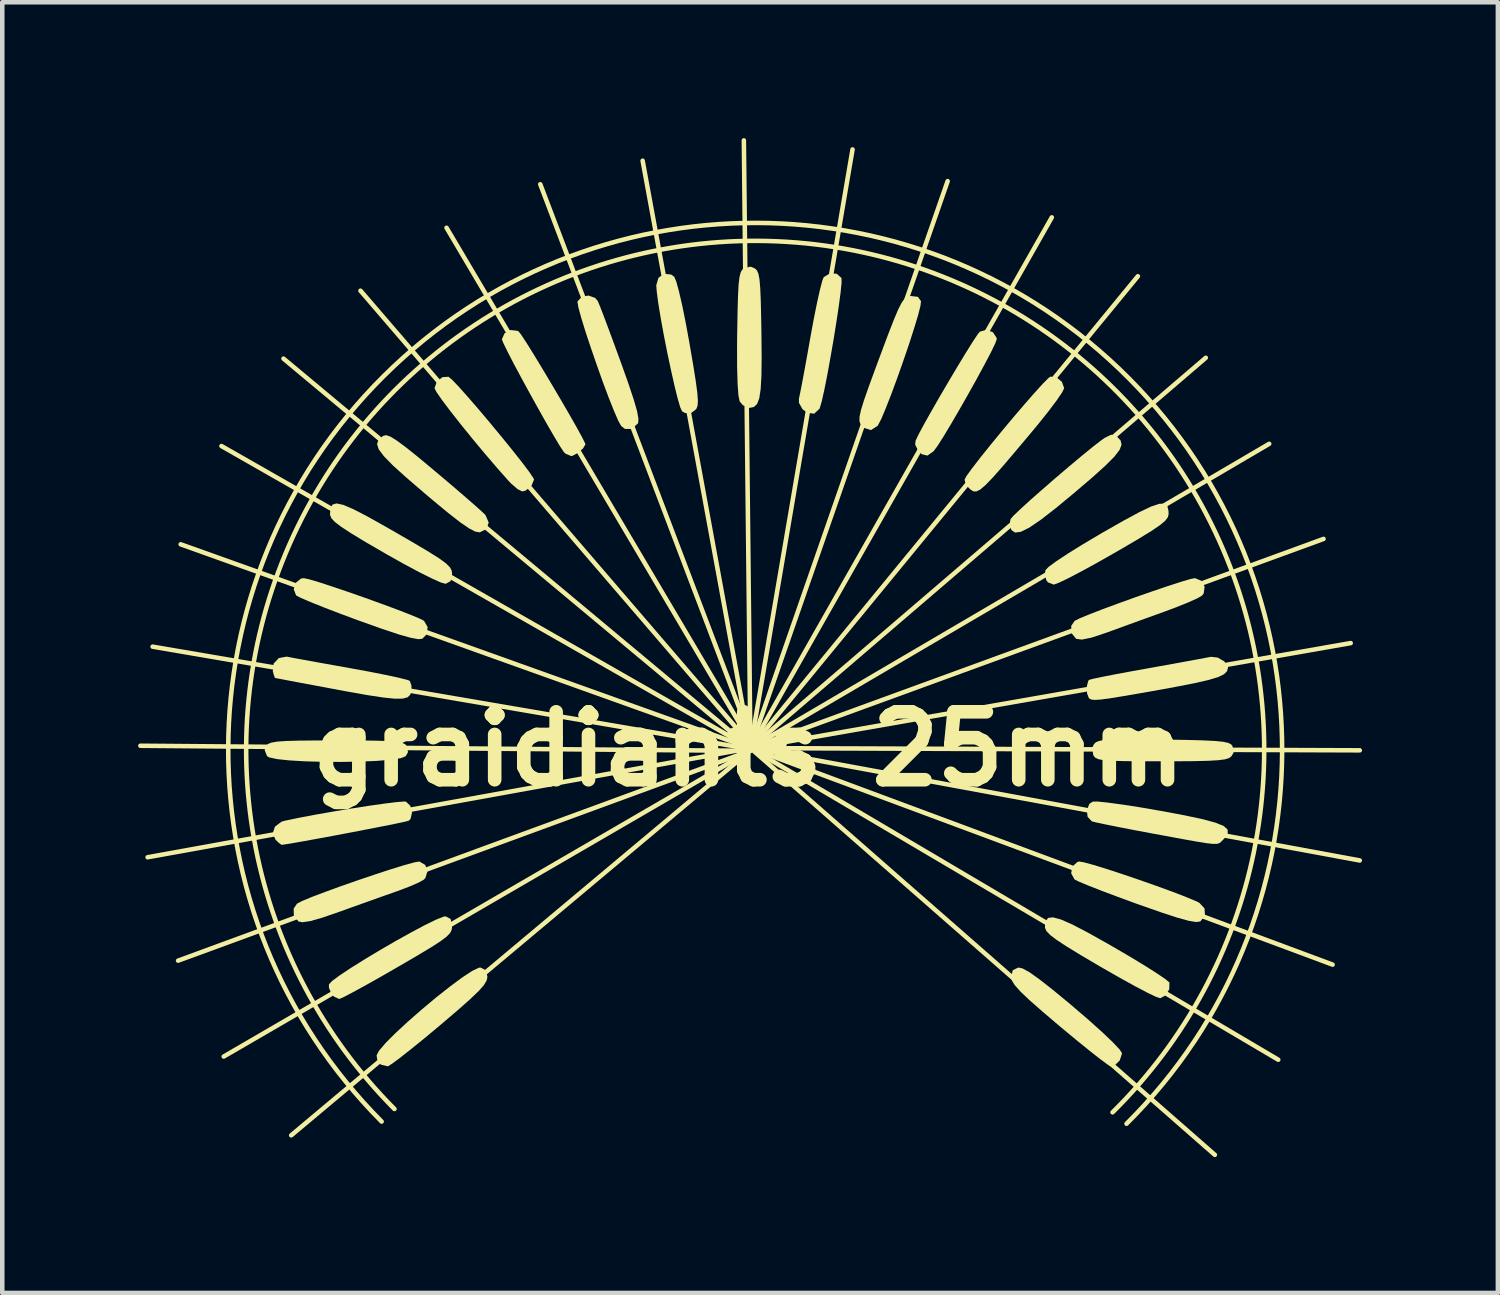
<source format=kicad_pcb>
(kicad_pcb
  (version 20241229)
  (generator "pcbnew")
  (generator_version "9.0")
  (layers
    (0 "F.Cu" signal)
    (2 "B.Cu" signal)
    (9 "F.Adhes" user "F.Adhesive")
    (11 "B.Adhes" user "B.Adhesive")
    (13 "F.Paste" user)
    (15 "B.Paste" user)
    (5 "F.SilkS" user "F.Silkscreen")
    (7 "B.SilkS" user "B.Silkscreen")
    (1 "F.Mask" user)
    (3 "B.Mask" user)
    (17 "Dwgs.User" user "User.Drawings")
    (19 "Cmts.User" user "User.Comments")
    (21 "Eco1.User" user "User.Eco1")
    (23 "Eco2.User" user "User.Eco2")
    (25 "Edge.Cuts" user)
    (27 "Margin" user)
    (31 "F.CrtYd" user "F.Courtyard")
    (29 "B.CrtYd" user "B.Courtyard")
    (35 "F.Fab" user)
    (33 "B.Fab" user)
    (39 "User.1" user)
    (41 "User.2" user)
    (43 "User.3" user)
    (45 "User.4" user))
  (footprint "graidiants 25mm"
    (layer "F.Cu")
    (at 13.48 13.489)
    (property "Reference" "graidiants 25mm" (at 0 0 0) (layer "F.SilkS") (effects (font (size 1.5 1.5) (thickness 0.3))))
    (attr board_only exclude_from_pos_files exclude_from_bom)
    (fp_line (start 0.03 0.04) (end -13.43 -0.072) (stroke (width 0.1) (type default)) (layer "F.SilkS"))
    (fp_line (start 0.03 0.04) (end -12.597 4.673) (stroke (width 0.1) (type solid)) (layer "F.SilkS"))
    (fp_line (start 0.03 0.04) (end -11.59 6.79) (stroke (width 0.1) (type default)) (layer "F.SilkS"))
    (fp_line (start 0.03 0.04) (end -10.1 8.53) (stroke (width 0.1) (type default)) (layer "F.SilkS"))
    (fp_line (start 0.04 -0.02) (end -13.27 2.39) (stroke (width 0.1) (type default)) (layer "F.SilkS"))
    (fp_line (start 0.04 -0.02) (end -11.64 -6.69) (stroke (width 0.1) (type default)) (layer "F.SilkS"))
    (fp_line (start 0.04 -0.02) (end -10.27 -8.62) (stroke (width 0.1) (type default)) (layer "F.SilkS"))
    (fp_line (start 0.04 -0.02) (end -2.34 -12.99) (stroke (width 0.1) (type default)) (layer "F.SilkS"))
    (fp_line (start 0.04 -0.02) (end -0.105 -13.439) (stroke (width 0.1) (type default)) (layer "F.SilkS"))
    (fp_line (start 0.04 -0.02) (end 2.295 -13.239) (stroke (width 0.1) (type default)) (layer "F.SilkS"))
    (fp_line (start 0.04 -0.02) (end 4.395 -12.539) (stroke (width 0.1) (type default)) (layer "F.SilkS"))
    (fp_line (start 0.04 -0.02) (end 6.695 -11.739) (stroke (width 0.1) (type default)) (layer "F.SilkS"))
    (fp_line (start 0.04 -0.02) (end 8.595 -10.439) (stroke (width 0.1) (type default)) (layer "F.SilkS"))
    (fp_line (start 0.04 -0.02) (end 10.095 -8.639) (stroke (width 0.1) (type default)) (layer "F.SilkS"))
    (fp_line (start 0.04 -0.02) (end 10.295 8.961) (stroke (width 0.1) (type default)) (layer "F.SilkS"))
    (fp_line (start 0.04 -0.02) (end 11.495 -6.739) (stroke (width 0.1) (type default)) (layer "F.SilkS"))
    (fp_line (start 0.04 -0.02) (end 11.695 6.861) (stroke (width 0.1) (type default)) (layer "F.SilkS"))
    (fp_line (start 0.04 -0.02) (end 12.695 -4.639) (stroke (width 0.1) (type default)) (layer "F.SilkS"))
    (fp_line (start 0.04 -0.02) (end 12.895 4.761) (stroke (width 0.1) (type default)) (layer "F.SilkS"))
    (fp_line (start 0.04 -0.02) (end 13.295 -2.339) (stroke (width 0.1) (type default)) (layer "F.SilkS"))
    (fp_line (start 0.04 -0.02) (end 13.495 0.029) (stroke (width 0.1) (type default)) (layer "F.SilkS"))
    (fp_line (start 0.04 -0.02) (end 13.495 2.461) (stroke (width 0.1) (type default)) (layer "F.SilkS"))
    (fp_line (start 0.145 0.019) (end -13.16 -2.26) (stroke (width 0.1) (type default)) (layer "F.SilkS"))
    (fp_line (start 0.145 0.019) (end -12.54 -4.52) (stroke (width 0.1) (type default)) (layer "F.SilkS"))
    (fp_line (start 0.145 0.019) (end -8.57 -10.12) (stroke (width 0.1) (type default)) (layer "F.SilkS"))
    (fp_line (start 0.145 0.019) (end -6.67 -11.51) (stroke (width 0.1) (type default)) (layer "F.SilkS"))
    (fp_line (start 0.145 0.019) (end -4.6 -12.47) (stroke (width 0.1) (type default)) (layer "F.SilkS"))
    (fp_arc (start -8.102932 8.226191) (mid 0.179264 -11.616813) (end 8.345226 8.274306) (stroke (width 0.1) (type default)) (layer "F.SilkS"))
    (fp_arc (start -7.820137 7.948634) (mid 0.197684 -11.220504) (end 8.036222 8.022641) (stroke (width 0.1) (type default)) (layer "F.SilkS"))
    (fp_poly (pts (xy -6.547 -8.153) (xy -6.398 -7.998) (xy -6.198 -7.773) (xy -5.961 -7.5) (xy -5.707 -7.198) (xy -5.451 -6.889) (xy -5.211 -6.593) (xy -5.003 -6.33) (xy -4.845 -6.121) (xy -4.754 -5.985) (xy -4.738 -5.949) (xy -4.797 -5.807) (xy -4.928 -5.704) (xy -4.999 -5.688) (xy -5.099 -5.737) (xy -5.242 -5.86) (xy -5.299 -5.919) (xy -5.555 -6.208) (xy -5.828 -6.527) (xy -6.102 -6.856) (xy -6.361 -7.176) (xy -6.589 -7.466) (xy -6.772 -7.709) (xy -6.892 -7.882) (xy -6.935 -7.968) (xy -6.884 -8.113) (xy -6.76 -8.211) (xy -6.626 -8.22)) (stroke (width 0) (type solid)) (fill yes) (layer "F.SilkS"))
    (fp_poly (pts (xy -9.711 -3.749) (xy -9.492 -3.685) (xy -9.195 -3.588) (xy -8.846 -3.47) (xy -8.471 -3.339) (xy -8.099 -3.204) (xy -7.755 -3.077) (xy -7.467 -2.965) (xy -7.261 -2.879) (xy -7.168 -2.831) (xy -7.087 -2.692) (xy -7.109 -2.533) (xy -7.204 -2.435) (xy -7.293 -2.425) (xy -7.461 -2.456) (xy -7.721 -2.529) (xy -8.086 -2.65) (xy -8.568 -2.822) (xy -8.619 -2.84) (xy -9.025 -2.991) (xy -9.387 -3.13) (xy -9.683 -3.249) (xy -9.892 -3.339) (xy -9.99 -3.391) (xy -9.992 -3.393) (xy -10.045 -3.528) (xy -9.999 -3.671) (xy -9.882 -3.764) (xy -9.824 -3.773)) (stroke (width 0) (type solid)) (fill yes) (layer "F.SilkS"))
    (fp_poly (pts (xy -8.602 -0.189) (xy -8.225 -0.184) (xy -7.954 -0.175) (xy -7.769 -0.16) (xy -7.652 -0.138) (xy -7.585 -0.107) (xy -7.553 -0.072) (xy -7.52 0.068) (xy -7.571 0.159) (xy -7.677 0.202) (xy -7.898 0.236) (xy -8.207 0.262) (xy -8.577 0.278) (xy -8.982 0.285) (xy -9.394 0.283) (xy -9.787 0.272) (xy -10.135 0.252) (xy -10.41 0.223) (xy -10.586 0.185) (xy -10.632 0.159) (xy -10.687 0.023) (xy -10.651 -0.072) (xy -10.611 -0.112) (xy -10.538 -0.141) (xy -10.413 -0.163) (xy -10.218 -0.177) (xy -9.933 -0.185) (xy -9.541 -0.189) (xy -9.102 -0.19)) (stroke (width 0) (type solid)) (fill yes) (layer "F.SilkS"))
    (fp_poly (pts (xy -7.907 -6.897) (xy -7.766 -6.809) (xy -7.561 -6.657) (xy -7.279 -6.431) (xy -6.922 -6.133) (xy -6.594 -5.856) (xy -6.3 -5.604) (xy -6.059 -5.394) (xy -5.889 -5.242) (xy -5.81 -5.166) (xy -5.739 -5.001) (xy -5.785 -4.86) (xy -5.933 -4.786) (xy -5.945 -4.785) (xy -6.037 -4.801) (xy -6.173 -4.872) (xy -6.367 -5.005) (xy -6.631 -5.211) (xy -6.98 -5.499) (xy -7.172 -5.662) (xy -7.566 -6.001) (xy -7.857 -6.264) (xy -8.054 -6.466) (xy -8.167 -6.617) (xy -8.204 -6.732) (xy -8.175 -6.822) (xy -8.088 -6.901) (xy -8.061 -6.918) (xy -8.001 -6.93)) (stroke (width 0) (type solid)) (fill yes) (layer "F.SilkS"))
    (fp_poly (pts (xy -3.387 -9.959) (xy -3.331 -9.892) (xy -3.287 -9.788) (xy -3.204 -9.574) (xy -3.091 -9.273) (xy -2.957 -8.91) (xy -2.82 -8.536) (xy -2.653 -8.067) (xy -2.536 -7.714) (xy -2.463 -7.462) (xy -2.433 -7.297) (xy -2.438 -7.202) (xy -2.446 -7.188) (xy -2.58 -7.068) (xy -2.731 -7.068) (xy -2.814 -7.132) (xy -2.878 -7.248) (xy -2.973 -7.467) (xy -3.091 -7.764) (xy -3.222 -8.113) (xy -3.356 -8.49) (xy -3.486 -8.867) (xy -3.603 -9.219) (xy -3.696 -9.522) (xy -3.758 -9.748) (xy -3.779 -9.874) (xy -3.777 -9.884) (xy -3.683 -9.988) (xy -3.532 -10.013)) (stroke (width 0) (type solid)) (fill yes) (layer "F.SilkS"))
    (fp_poly (pts (xy -1.71 -10.477) (xy -1.643 -10.428) (xy -1.599 -10.327) (xy -1.538 -10.106) (xy -1.464 -9.787) (xy -1.384 -9.389) (xy -1.306 -8.962) (xy -1.224 -8.484) (xy -1.167 -8.126) (xy -1.133 -7.87) (xy -1.12 -7.696) (xy -1.126 -7.585) (xy -1.15 -7.518) (xy -1.17 -7.493) (xy -1.291 -7.403) (xy -1.408 -7.422) (xy -1.468 -7.456) (xy -1.508 -7.541) (xy -1.566 -7.738) (xy -1.637 -8.024) (xy -1.715 -8.371) (xy -1.796 -8.752) (xy -1.873 -9.143) (xy -1.941 -9.516) (xy -1.995 -9.846) (xy -2.029 -10.106) (xy -2.039 -10.242) (xy -1.989 -10.407) (xy -1.863 -10.493)) (stroke (width 0) (type solid)) (fill yes) (layer "F.SilkS"))
    (fp_poly (pts (xy 6.049 4.845) (xy 6.199 4.927) (xy 6.417 5.082) (xy 6.715 5.315) (xy 7.104 5.636) (xy 7.18 5.701) (xy 7.526 5.998) (xy 7.82 6.263) (xy 8.048 6.481) (xy 8.195 6.638) (xy 8.246 6.72) (xy 8.195 6.877) (xy 8.079 6.99) (xy 8.001 7.011) (xy 7.926 6.967) (xy 7.761 6.845) (xy 7.524 6.659) (xy 7.232 6.422) (xy 6.904 6.15) (xy 6.862 6.115) (xy 6.484 5.793) (xy 6.203 5.546) (xy 6.008 5.361) (xy 5.884 5.223) (xy 5.818 5.12) (xy 5.798 5.038) (xy 5.798 5.033) (xy 5.833 4.884) (xy 5.957 4.825)) (stroke (width 0) (type solid)) (fill yes) (layer "F.SilkS"))
    (fp_poly (pts (xy 8.111 -6.916) (xy 8.14 -6.894) (xy 8.214 -6.813) (xy 8.235 -6.721) (xy 8.193 -6.607) (xy 8.078 -6.457) (xy 7.88 -6.258) (xy 7.59 -5.997) (xy 7.212 -5.674) (xy 6.786 -5.321) (xy 6.45 -5.06) (xy 6.195 -4.887) (xy 6.01 -4.796) (xy 5.884 -4.779) (xy 5.808 -4.831) (xy 5.79 -4.868) (xy 5.773 -5.024) (xy 5.785 -5.078) (xy 5.849 -5.152) (xy 6.001 -5.297) (xy 6.22 -5.497) (xy 6.487 -5.732) (xy 6.779 -5.986) (xy 7.076 -6.239) (xy 7.357 -6.474) (xy 7.601 -6.673) (xy 7.787 -6.817) (xy 7.861 -6.869) (xy 8.006 -6.94)) (stroke (width 0) (type solid)) (fill yes) (layer "F.SilkS"))
    (fp_poly (pts (xy 9.996 -3.716) (xy 10.069 -3.584) (xy 10.049 -3.436) (xy 10.009 -3.385) (xy 9.906 -3.326) (xy 9.7 -3.234) (xy 9.424 -3.123) (xy 9.168 -3.028) (xy 8.793 -2.893) (xy 8.399 -2.75) (xy 8.045 -2.621) (xy 7.887 -2.564) (xy 7.57 -2.459) (xy 7.359 -2.416) (xy 7.235 -2.433) (xy 7.231 -2.435) (xy 7.129 -2.56) (xy 7.124 -2.719) (xy 7.199 -2.829) (xy 7.306 -2.884) (xy 7.52 -2.972) (xy 7.814 -3.086) (xy 8.161 -3.214) (xy 8.534 -3.349) (xy 8.907 -3.479) (xy 9.253 -3.597) (xy 9.545 -3.691) (xy 9.755 -3.753) (xy 9.855 -3.773)) (stroke (width 0) (type solid)) (fill yes) (layer "F.SilkS"))
    (fp_poly (pts (xy -7.567 1.161) (xy -7.47 1.253) (xy -7.432 1.404) (xy -7.465 1.544) (xy -7.504 1.583) (xy -7.584 1.604) (xy -7.778 1.646) (xy -8.059 1.702) (xy -8.401 1.769) (xy -8.779 1.842) (xy -9.165 1.915) (xy -9.534 1.983) (xy -9.859 2.042) (xy -10.115 2.087) (xy -10.276 2.112) (xy -10.314 2.116) (xy -10.372 2.073) (xy -10.444 2.005) (xy -10.508 1.861) (xy -10.458 1.713) (xy -10.314 1.605) (xy -10.252 1.586) (xy -9.941 1.521) (xy -9.572 1.451) (xy -9.171 1.381) (xy -8.765 1.313) (xy -8.379 1.253) (xy -8.04 1.205) (xy -7.774 1.172) (xy -7.607 1.159)) (stroke (width 0) (type solid)) (fill yes) (layer "F.SilkS"))
    (fp_poly (pts (xy -7.268 2.485) (xy -7.139 2.561) (xy -7.091 2.702) (xy -7.138 2.849) (xy -7.173 2.886) (xy -7.288 2.95) (xy -7.494 3.039) (xy -7.748 3.135) (xy -7.762 3.14) (xy -8.038 3.237) (xy -8.394 3.364) (xy -8.778 3.501) (xy -9.033 3.593) (xy -9.412 3.724) (xy -9.679 3.8) (xy -9.851 3.825) (xy -9.938 3.809) (xy -10.041 3.684) (xy -10.046 3.524) (xy -9.971 3.414) (xy -9.857 3.355) (xy -9.639 3.265) (xy -9.341 3.152) (xy -8.992 3.025) (xy -8.616 2.894) (xy -8.241 2.767) (xy -7.892 2.653) (xy -7.597 2.562) (xy -7.38 2.503) (xy -7.27 2.484)) (stroke (width 0) (type solid)) (fill yes) (layer "F.SilkS"))
    (fp_poly (pts (xy -5.801 4.885) (xy -5.767 5.033) (xy -5.785 5.114) (xy -5.847 5.216) (xy -5.967 5.351) (xy -6.158 5.533) (xy -6.433 5.776) (xy -6.805 6.093) (xy -6.831 6.115) (xy -7.162 6.391) (xy -7.459 6.631) (xy -7.703 6.823) (xy -7.877 6.952) (xy -7.963 7.005) (xy -7.966 7.006) (xy -8.096 6.976) (xy -8.126 6.965) (xy -8.196 6.874) (xy -8.215 6.766) (xy -8.161 6.662) (xy -8.014 6.49) (xy -7.794 6.27) (xy -7.522 6.018) (xy -7.219 5.753) (xy -6.905 5.49) (xy -6.601 5.25) (xy -6.328 5.047) (xy -6.107 4.902) (xy -5.958 4.83) (xy -5.923 4.825)) (stroke (width 0) (type solid)) (fill yes) (layer "F.SilkS"))
    (fp_poly (pts (xy 1.946 -10.495) (xy 2.049 -10.402) (xy 2.051 -10.397) (xy 2.053 -10.294) (xy 2.031 -10.079) (xy 1.991 -9.778) (xy 1.937 -9.419) (xy 1.874 -9.027) (xy 1.805 -8.631) (xy 1.737 -8.256) (xy 1.672 -7.931) (xy 1.616 -7.68) (xy 1.573 -7.532) (xy 1.566 -7.515) (xy 1.448 -7.404) (xy 1.295 -7.424) (xy 1.189 -7.505) (xy 1.112 -7.643) (xy 1.111 -7.736) (xy 1.134 -7.841) (xy 1.177 -8.061) (xy 1.235 -8.371) (xy 1.303 -8.745) (xy 1.364 -9.09) (xy 1.439 -9.497) (xy 1.512 -9.858) (xy 1.577 -10.15) (xy 1.629 -10.346) (xy 1.659 -10.42) (xy 1.795 -10.502)) (stroke (width 0) (type solid)) (fill yes) (layer "F.SilkS"))
    (fp_poly (pts (xy 5.394 -9.203) (xy 5.475 -9.081) (xy 5.479 -9.047) (xy 5.444 -8.952) (xy 5.351 -8.759) (xy 5.211 -8.493) (xy 5.04 -8.177) (xy 4.849 -7.835) (xy 4.653 -7.491) (xy 4.466 -7.17) (xy 4.3 -6.894) (xy 4.169 -6.689) (xy 4.087 -6.578) (xy 4.084 -6.575) (xy 3.949 -6.479) (xy 3.826 -6.509) (xy 3.748 -6.577) (xy 3.678 -6.722) (xy 3.687 -6.808) (xy 3.75 -6.941) (xy 3.869 -7.163) (xy 4.029 -7.448) (xy 4.216 -7.774) (xy 4.416 -8.115) (xy 4.614 -8.448) (xy 4.797 -8.749) (xy 4.95 -8.994) (xy 5.059 -9.158) (xy 5.105 -9.215) (xy 5.25 -9.257)) (stroke (width 0) (type solid)) (fill yes) (layer "F.SilkS"))
    (fp_poly (pts (xy 6.798 -8.209) (xy 6.918 -8.108) (xy 6.968 -7.968) (xy 6.924 -7.876) (xy 6.803 -7.698) (xy 6.621 -7.456) (xy 6.393 -7.171) (xy 6.252 -7.001) (xy 5.891 -6.571) (xy 5.609 -6.24) (xy 5.393 -5.996) (xy 5.233 -5.83) (xy 5.116 -5.73) (xy 5.03 -5.687) (xy 4.963 -5.689) (xy 4.904 -5.726) (xy 4.854 -5.773) (xy 4.779 -5.899) (xy 4.769 -5.95) (xy 4.813 -6.031) (xy 4.934 -6.198) (xy 5.114 -6.431) (xy 5.338 -6.71) (xy 5.586 -7.013) (xy 5.844 -7.322) (xy 6.094 -7.614) (xy 6.318 -7.87) (xy 6.5 -8.07) (xy 6.623 -8.193) (xy 6.662 -8.222)) (stroke (width 0) (type solid)) (fill yes) (layer "F.SilkS"))
    (fp_poly (pts (xy 6.896 3.764) (xy 7.149 3.875) (xy 7.492 4.054) (xy 7.94 4.305) (xy 8.042 4.364) (xy 8.417 4.583) (xy 8.749 4.784) (xy 9.018 4.955) (xy 9.205 5.082) (xy 9.291 5.154) (xy 9.293 5.159) (xy 9.288 5.308) (xy 9.196 5.447) (xy 9.089 5.503) (xy 9 5.474) (xy 8.81 5.383) (xy 8.537 5.24) (xy 8.204 5.056) (xy 7.83 4.842) (xy 7.767 4.806) (xy 7.341 4.555) (xy 7.024 4.361) (xy 6.801 4.215) (xy 6.657 4.105) (xy 6.577 4.021) (xy 6.545 3.95) (xy 6.543 3.924) (xy 6.559 3.801) (xy 6.614 3.73) (xy 6.722 3.717)) (stroke (width 0) (type solid)) (fill yes) (layer "F.SilkS"))
    (fp_poly (pts (xy 7.405 2.502) (xy 7.617 2.56) (xy 7.909 2.65) (xy 8.254 2.763) (xy 8.628 2.89) (xy 9.002 3.022) (xy 9.352 3.149) (xy 9.65 3.264) (xy 9.87 3.356) (xy 9.951 3.394) (xy 10.067 3.519) (xy 10.077 3.673) (xy 9.981 3.801) (xy 9.966 3.809) (xy 9.878 3.82) (xy 9.713 3.792) (xy 9.457 3.721) (xy 9.098 3.603) (xy 8.621 3.436) (xy 8.565 3.416) (xy 8.161 3.268) (xy 7.799 3.132) (xy 7.503 3.016) (xy 7.295 2.929) (xy 7.197 2.88) (xy 7.196 2.879) (xy 7.122 2.744) (xy 7.148 2.596) (xy 7.258 2.495) (xy 7.3 2.484)) (stroke (width 0) (type solid)) (fill yes) (layer "F.SilkS"))
    (fp_poly (pts (xy -10.178 -2.036) (xy -10.06 -2.013) (xy -9.828 -1.97) (xy -9.508 -1.912) (xy -9.127 -1.844) (xy -8.782 -1.782) (xy -8.378 -1.708) (xy -8.022 -1.638) (xy -7.738 -1.577) (xy -7.549 -1.53) (xy -7.481 -1.505) (xy -7.444 -1.397) (xy -7.446 -1.28) (xy -7.471 -1.198) (xy -7.529 -1.142) (xy -7.637 -1.113) (xy -7.811 -1.111) (xy -8.067 -1.137) (xy -8.421 -1.191) (xy -8.89 -1.274) (xy -9.172 -1.327) (xy -9.578 -1.403) (xy -9.931 -1.469) (xy -10.211 -1.522) (xy -10.394 -1.557) (xy -10.459 -1.569) (xy -10.482 -1.631) (xy -10.506 -1.716) (xy -10.489 -1.886) (xy -10.373 -2.008) (xy -10.2 -2.04)) (stroke (width 0) (type solid)) (fill yes) (layer "F.SilkS"))
    (fp_poly (pts (xy 0.14 -10.611) (xy 0.183 -10.57) (xy 0.216 -10.497) (xy 0.24 -10.372) (xy 0.257 -10.176) (xy 0.269 -9.889) (xy 0.278 -9.492) (xy 0.283 -9.173) (xy 0.288 -8.643) (xy 0.283 -8.239) (xy 0.266 -7.944) (xy 0.235 -7.742) (xy 0.186 -7.617) (xy 0.118 -7.553) (xy 0.027 -7.533) (xy 0.015 -7.533) (xy -0.125 -7.59) (xy -0.196 -7.673) (xy -0.224 -7.802) (xy -0.243 -8.061) (xy -0.254 -8.439) (xy -0.255 -8.926) (xy -0.252 -9.173) (xy -0.244 -9.65) (xy -0.234 -10.005) (xy -0.221 -10.257) (xy -0.201 -10.425) (xy -0.174 -10.529) (xy -0.138 -10.588) (xy -0.109 -10.611) (xy 0.044 -10.652)) (stroke (width 0) (type solid)) (fill yes) (layer "F.SilkS"))
    (fp_poly (pts (xy 9.248 -5.361) (xy 9.272 -5.254) (xy 9.274 -5.186) (xy 9.258 -5.118) (xy 9.2 -5.041) (xy 9.084 -4.944) (xy 8.895 -4.815) (xy 8.618 -4.645) (xy 8.237 -4.421) (xy 8.07 -4.325) (xy 7.691 -4.11) (xy 7.347 -3.922) (xy 7.061 -3.772) (xy 6.852 -3.672) (xy 6.742 -3.631) (xy 6.737 -3.631) (xy 6.609 -3.68) (xy 6.57 -3.733) (xy 6.548 -3.894) (xy 6.555 -3.95) (xy 6.621 -4.019) (xy 6.792 -4.145) (xy 7.049 -4.315) (xy 7.373 -4.516) (xy 7.745 -4.737) (xy 7.816 -4.779) (xy 8.276 -5.04) (xy 8.629 -5.231) (xy 8.889 -5.355) (xy 9.07 -5.415) (xy 9.185 -5.416)) (stroke (width 0) (type solid)) (fill yes) (layer "F.SilkS"))
    (fp_poly (pts (xy -8.951 -5.391) (xy -8.73 -5.297) (xy -8.422 -5.138) (xy -8.014 -4.909) (xy -7.785 -4.778) (xy -7.363 -4.533) (xy -7.049 -4.346) (xy -6.828 -4.206) (xy -6.682 -4.099) (xy -6.598 -4.016) (xy -6.558 -3.945) (xy -6.547 -3.873) (xy -6.547 -3.865) (xy -6.579 -3.707) (xy -6.689 -3.648) (xy -6.689 -3.648) (xy -6.793 -3.676) (xy -6.996 -3.767) (xy -7.279 -3.908) (xy -7.62 -4.091) (xy -7.998 -4.303) (xy -8.037 -4.326) (xy -8.461 -4.572) (xy -8.775 -4.762) (xy -8.994 -4.905) (xy -9.136 -5.013) (xy -9.213 -5.097) (xy -9.242 -5.167) (xy -9.243 -5.188) (xy -9.232 -5.318) (xy -9.189 -5.397) (xy -9.1 -5.423)) (stroke (width 0) (type solid)) (fill yes) (layer "F.SilkS"))
    (fp_poly (pts (xy -6.58 3.752) (xy -6.547 3.906) (xy -6.547 3.915) (xy -6.555 3.989) (xy -6.59 4.061) (xy -6.668 4.143) (xy -6.805 4.246) (xy -7.016 4.382) (xy -7.318 4.563) (xy -7.727 4.802) (xy -7.754 4.817) (xy -8.129 5.033) (xy -8.465 5.222) (xy -8.742 5.373) (xy -8.938 5.476) (xy -9.036 5.519) (xy -9.04 5.519) (xy -9.148 5.472) (xy -9.205 5.419) (xy -9.267 5.272) (xy -9.267 5.198) (xy -9.199 5.124) (xy -9.029 4.998) (xy -8.779 4.832) (xy -8.473 4.641) (xy -8.133 4.437) (xy -7.783 4.234) (xy -7.445 4.046) (xy -7.142 3.885) (xy -6.898 3.766) (xy -6.736 3.702) (xy -6.689 3.695)) (stroke (width 0) (type solid)) (fill yes) (layer "F.SilkS"))
    (fp_poly (pts (xy -5.103 -9.234) (xy -5.074 -9.215) (xy -5.014 -9.137) (xy -4.898 -8.959) (xy -4.741 -8.707) (xy -4.556 -8.402) (xy -4.356 -8.067) (xy -4.155 -7.726) (xy -3.966 -7.401) (xy -3.804 -7.116) (xy -3.682 -6.894) (xy -3.613 -6.757) (xy -3.603 -6.727) (xy -3.656 -6.637) (xy -3.774 -6.535) (xy -3.894 -6.472) (xy -3.919 -6.469) (xy -4.041 -6.52) (xy -4.08 -6.557) (xy -4.164 -6.684) (xy -4.294 -6.901) (xy -4.458 -7.184) (xy -4.642 -7.511) (xy -4.834 -7.857) (xy -5.02 -8.198) (xy -5.188 -8.512) (xy -5.323 -8.774) (xy -5.414 -8.96) (xy -5.448 -9.047) (xy -5.448 -9.047) (xy -5.389 -9.18) (xy -5.254 -9.252)) (stroke (width 0) (type solid)) (fill yes) (layer "F.SilkS"))
    (fp_poly (pts (xy 3.737 -9.985) (xy 3.807 -9.889) (xy 3.795 -9.786) (xy 3.742 -9.577) (xy 3.654 -9.287) (xy 3.543 -8.942) (xy 3.415 -8.567) (xy 3.281 -8.188) (xy 3.149 -7.831) (xy 3.028 -7.522) (xy 2.928 -7.285) (xy 2.856 -7.148) (xy 2.847 -7.135) (xy 2.702 -7.042) (xy 2.549 -7.09) (xy 2.513 -7.122) (xy 2.47 -7.174) (xy 2.447 -7.24) (xy 2.449 -7.337) (xy 2.481 -7.484) (xy 2.547 -7.698) (xy 2.652 -7.998) (xy 2.8 -8.402) (xy 2.912 -8.704) (xy 3.078 -9.147) (xy 3.206 -9.475) (xy 3.303 -9.706) (xy 3.38 -9.856) (xy 3.444 -9.943) (xy 3.506 -9.986) (xy 3.575 -10.003) (xy 3.576 -10.003)) (stroke (width 0) (type solid)) (fill yes) (layer "F.SilkS"))
    (fp_poly (pts (xy 7.932 1.183) (xy 8.248 1.226) (xy 8.632 1.285) (xy 9.059 1.359) (xy 9.1 1.366) (xy 9.629 1.465) (xy 10.028 1.55) (xy 10.311 1.627) (xy 10.49 1.7) (xy 10.576 1.777) (xy 10.581 1.861) (xy 10.518 1.959) (xy 10.476 2.005) (xy 10.435 2.047) (xy 10.397 2.078) (xy 10.342 2.094) (xy 10.252 2.095) (xy 10.107 2.079) (xy 9.887 2.043) (xy 9.573 1.987) (xy 9.147 1.908) (xy 8.945 1.871) (xy 8.534 1.794) (xy 8.167 1.723) (xy 7.869 1.663) (xy 7.663 1.619) (xy 7.579 1.597) (xy 7.486 1.498) (xy 7.469 1.347) (xy 7.525 1.211) (xy 7.599 1.161) (xy 7.708 1.16)) (stroke (width 0) (type solid)) (fill yes) (layer "F.SilkS"))
    (fp_poly (pts (xy 8.74 -0.214) (xy 9.161 -0.209) (xy 9.656 -0.201) (xy 10.029 -0.191) (xy 10.296 -0.178) (xy 10.478 -0.16) (xy 10.591 -0.135) (xy 10.656 -0.101) (xy 10.682 -0.072) (xy 10.714 0.068) (xy 10.663 0.159) (xy 10.613 0.198) (xy 10.523 0.227) (xy 10.376 0.247) (xy 10.152 0.26) (xy 9.832 0.268) (xy 9.4 0.271) (xy 9.126 0.271) (xy 8.637 0.271) (xy 8.27 0.267) (xy 8.008 0.259) (xy 7.83 0.245) (xy 7.718 0.223) (xy 7.654 0.191) (xy 7.618 0.149) (xy 7.612 0.139) (xy 7.585 -0.025) (xy 7.628 -0.111) (xy 7.671 -0.151) (xy 7.746 -0.18) (xy 7.871 -0.2) (xy 8.066 -0.211) (xy 8.35 -0.215)) (stroke (width 0) (type solid)) (fill yes) (layer "F.SilkS"))
    (fp_poly (pts (xy 10.359 -2.019) (xy 10.505 -1.934) (xy 10.584 -1.822) (xy 10.586 -1.799) (xy 10.566 -1.72) (xy 10.497 -1.651) (xy 10.365 -1.587) (xy 10.151 -1.523) (xy 9.839 -1.452) (xy 9.412 -1.369) (xy 9.123 -1.316) (xy 8.621 -1.227) (xy 8.24 -1.162) (xy 7.963 -1.117) (xy 7.771 -1.092) (xy 7.647 -1.084) (xy 7.571 -1.091) (xy 7.528 -1.111) (xy 7.513 -1.124) (xy 7.473 -1.232) (xy 7.469 -1.386) (xy 7.501 -1.507) (xy 7.519 -1.527) (xy 7.603 -1.55) (xy 7.804 -1.592) (xy 8.097 -1.65) (xy 8.46 -1.717) (xy 8.814 -1.781) (xy 9.227 -1.855) (xy 9.599 -1.923) (xy 9.906 -1.979) (xy 10.12 -2.019) (xy 10.209 -2.036)) (stroke (width 0) (type solid)) (fill yes) (layer "F.SilkS")))
  (gr_rect
    (start -3 -3)
    (end 30.025 25.5)
    (stroke (width 0.1) (type default))
    (fill no)
    (layer "Edge.Cuts")))
</source>
